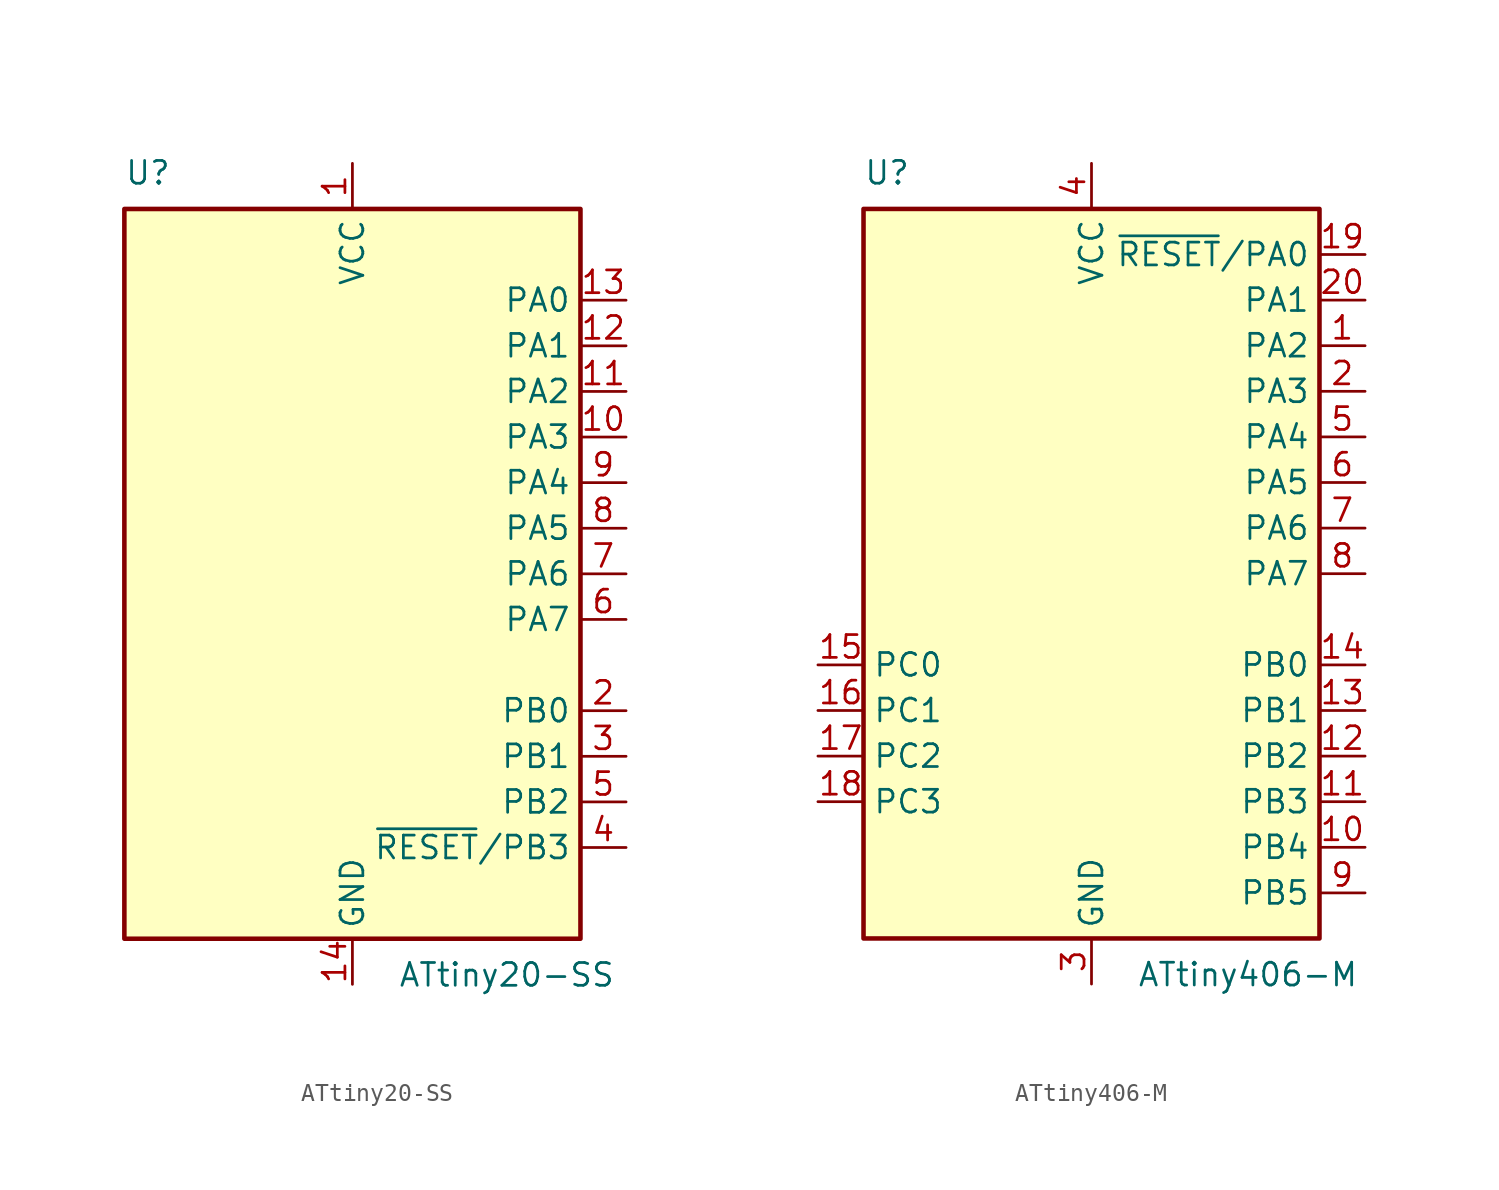
<source format=kicad_sym>
(kicad_symbol_lib
  (version 20231120)
  (generator "kicad_symbol_editor")
  (generator_version "8.0")
  (symbol "ATtiny20-SS"
    (property "Reference" "U"
      (at -12.7 21.59 0)
      (effects (font (size 1.27 1.27)) (justify left bottom)))
    (property "Value" "ATtiny20-SS"
      (at 2.54 -21.59 0)
      (effects (font (size 1.27 1.27)) (justify left top)))
    (symbol "ATtiny20-SS_0_1"
      (rectangle (start -12.7 -20.32) (end 12.7 20.32) (stroke (width 0.254) (type default)) (fill (type background))))
    (symbol "ATtiny20-SS_1_1"
      (pin power_in line (at 0 22.86 270) (length 2.54) (name "VCC" (effects (font (size 1.27 1.27)))) (number "1" (effects (font (size 1.27 1.27)))))
      (pin bidirectional line (at 15.24 7.62 180) (length 2.54) (name "PA3" (effects (font (size 1.27 1.27)))) (number "10" (effects (font (size 1.27 1.27)))))
      (pin bidirectional line (at 15.24 10.16 180) (length 2.54) (name "PA2" (effects (font (size 1.27 1.27)))) (number "11" (effects (font (size 1.27 1.27)))))
      (pin bidirectional line (at 15.24 12.7 180) (length 2.54) (name "PA1" (effects (font (size 1.27 1.27)))) (number "12" (effects (font (size 1.27 1.27)))))
      (pin bidirectional line (at 15.24 15.24 180) (length 2.54) (name "PA0" (effects (font (size 1.27 1.27)))) (number "13" (effects (font (size 1.27 1.27)))))
      (pin power_in line (at 0 -22.86 90) (length 2.54) (name "GND" (effects (font (size 1.27 1.27)))) (number "14" (effects (font (size 1.27 1.27)))))
      (pin bidirectional line (at 15.24 -7.62 180) (length 2.54) (name "PB0" (effects (font (size 1.27 1.27)))) (number "2" (effects (font (size 1.27 1.27)))))
      (pin bidirectional line (at 15.24 -10.16 180) (length 2.54) (name "PB1" (effects (font (size 1.27 1.27)))) (number "3" (effects (font (size 1.27 1.27)))))
      (pin bidirectional line (at 15.24 -15.24 180) (length 2.54) (name "~{RESET}/PB3" (effects (font (size 1.27 1.27)))) (number "4" (effects (font (size 1.27 1.27)))))
      (pin bidirectional line (at 15.24 -12.7 180) (length 2.54) (name "PB2" (effects (font (size 1.27 1.27)))) (number "5" (effects (font (size 1.27 1.27)))))
      (pin bidirectional line (at 15.24 -2.54 180) (length 2.54) (name "PA7" (effects (font (size 1.27 1.27)))) (number "6" (effects (font (size 1.27 1.27)))))
      (pin bidirectional line (at 15.24 0 180) (length 2.54) (name "PA6" (effects (font (size 1.27 1.27)))) (number "7" (effects (font (size 1.27 1.27)))))
      (pin bidirectional line (at 15.24 2.54 180) (length 2.54) (name "PA5" (effects (font (size 1.27 1.27)))) (number "8" (effects (font (size 1.27 1.27)))))
      (pin bidirectional line (at 15.24 5.08 180) (length 2.54) (name "PA4" (effects (font (size 1.27 1.27)))) (number "9" (effects (font (size 1.27 1.27)))))))
  (symbol "ATtiny406-M"
    (property "Reference" "U"
      (at -12.7 21.59 0)
      (effects (font (size 1.27 1.27)) (justify left bottom)))
    (property "Value" "ATtiny406-M"
      (at 2.54 -21.59 0)
      (effects (font (size 1.27 1.27)) (justify left top)))
    (symbol "ATtiny406-M_0_1"
      (rectangle (start -12.7 -20.32) (end 12.7 20.32) (stroke (width 0.254) (type default)) (fill (type background))))
    (symbol "ATtiny406-M_1_1"
      (pin bidirectional line (at 15.24 12.7 180) (length 2.54) (name "PA2" (effects (font (size 1.27 1.27)))) (number "1" (effects (font (size 1.27 1.27)))))
      (pin bidirectional line (at 15.24 -15.24 180) (length 2.54) (name "PB4" (effects (font (size 1.27 1.27)))) (number "10" (effects (font (size 1.27 1.27)))))
      (pin bidirectional line (at 15.24 -12.7 180) (length 2.54) (name "PB3" (effects (font (size 1.27 1.27)))) (number "11" (effects (font (size 1.27 1.27)))))
      (pin bidirectional line (at 15.24 -10.16 180) (length 2.54) (name "PB2" (effects (font (size 1.27 1.27)))) (number "12" (effects (font (size 1.27 1.27)))))
      (pin bidirectional line (at 15.24 -7.62 180) (length 2.54) (name "PB1" (effects (font (size 1.27 1.27)))) (number "13" (effects (font (size 1.27 1.27)))))
      (pin bidirectional line (at 15.24 -5.08 180) (length 2.54) (name "PB0" (effects (font (size 1.27 1.27)))) (number "14" (effects (font (size 1.27 1.27)))))
      (pin bidirectional line (at -15.24 -5.08 0) (length 2.54) (name "PC0" (effects (font (size 1.27 1.27)))) (number "15" (effects (font (size 1.27 1.27)))))
      (pin bidirectional line (at -15.24 -7.62 0) (length 2.54) (name "PC1" (effects (font (size 1.27 1.27)))) (number "16" (effects (font (size 1.27 1.27)))))
      (pin bidirectional line (at -15.24 -10.16 0) (length 2.54) (name "PC2" (effects (font (size 1.27 1.27)))) (number "17" (effects (font (size 1.27 1.27)))))
      (pin bidirectional line (at -15.24 -12.7 0) (length 2.54) (name "PC3" (effects (font (size 1.27 1.27)))) (number "18" (effects (font (size 1.27 1.27)))))
      (pin bidirectional line (at 15.24 17.78 180) (length 2.54) (name "~{RESET}/PA0" (effects (font (size 1.27 1.27)))) (number "19" (effects (font (size 1.27 1.27)))))
      (pin bidirectional line (at 15.24 10.16 180) (length 2.54) (name "PA3" (effects (font (size 1.27 1.27)))) (number "2" (effects (font (size 1.27 1.27)))))
      (pin bidirectional line (at 15.24 15.24 180) (length 2.54) (name "PA1" (effects (font (size 1.27 1.27)))) (number "20" (effects (font (size 1.27 1.27)))))
      (pin passive line (at 0 -22.86 90) (length 2.54) hide (name "GND" (effects (font (size 1.27 1.27)))) (number "21" (effects (font (size 1.27 1.27)))))
      (pin power_in line (at 0 -22.86 90) (length 2.54) (name "GND" (effects (font (size 1.27 1.27)))) (number "3" (effects (font (size 1.27 1.27)))))
      (pin power_in line (at 0 22.86 270) (length 2.54) (name "VCC" (effects (font (size 1.27 1.27)))) (number "4" (effects (font (size 1.27 1.27)))))
      (pin bidirectional line (at 15.24 7.62 180) (length 2.54) (name "PA4" (effects (font (size 1.27 1.27)))) (number "5" (effects (font (size 1.27 1.27)))))
      (pin bidirectional line (at 15.24 5.08 180) (length 2.54) (name "PA5" (effects (font (size 1.27 1.27)))) (number "6" (effects (font (size 1.27 1.27)))))
      (pin bidirectional line (at 15.24 2.54 180) (length 2.54) (name "PA6" (effects (font (size 1.27 1.27)))) (number "7" (effects (font (size 1.27 1.27)))))
      (pin bidirectional line (at 15.24 0 180) (length 2.54) (name "PA7" (effects (font (size 1.27 1.27)))) (number "8" (effects (font (size 1.27 1.27)))))
      (pin bidirectional line (at 15.24 -17.78 180) (length 2.54) (name "PB5" (effects (font (size 1.27 1.27)))) (number "9" (effects (font (size 1.27 1.27))))))))
</source>
